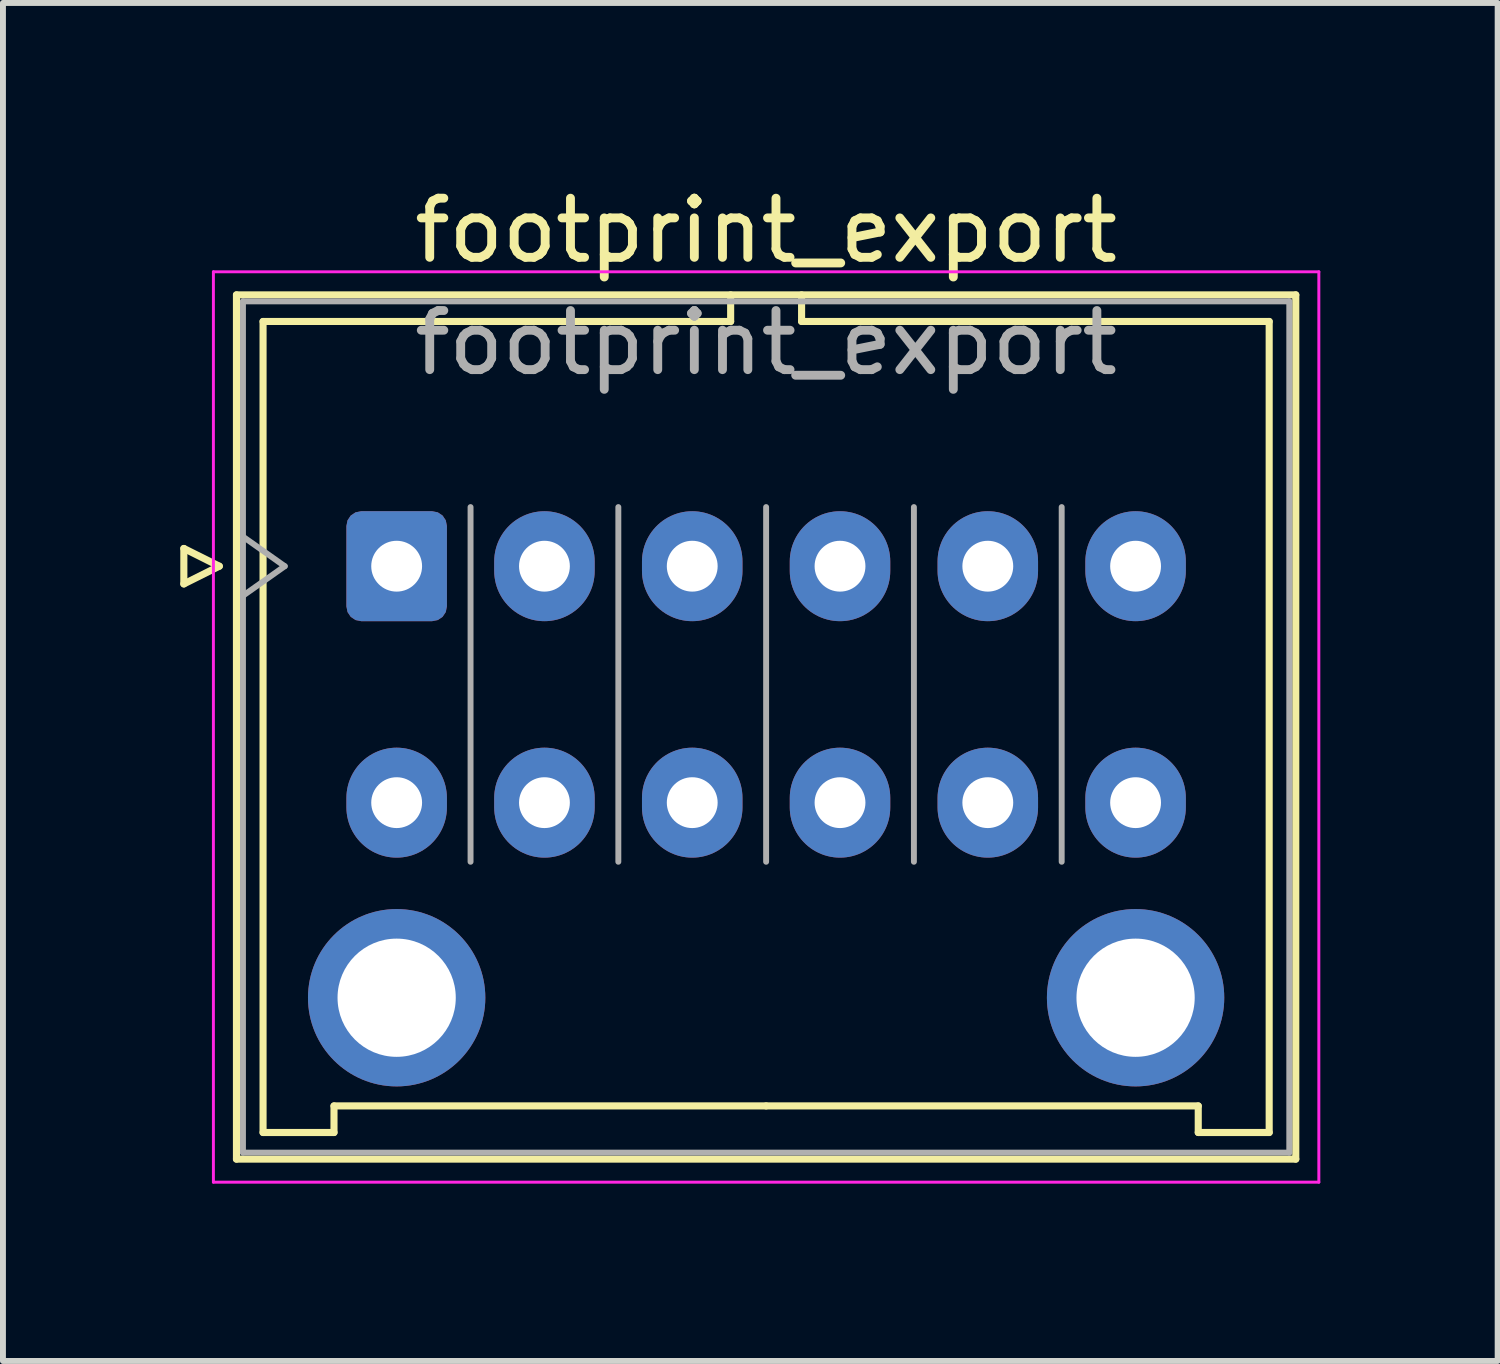
<source format=kicad_pcb>
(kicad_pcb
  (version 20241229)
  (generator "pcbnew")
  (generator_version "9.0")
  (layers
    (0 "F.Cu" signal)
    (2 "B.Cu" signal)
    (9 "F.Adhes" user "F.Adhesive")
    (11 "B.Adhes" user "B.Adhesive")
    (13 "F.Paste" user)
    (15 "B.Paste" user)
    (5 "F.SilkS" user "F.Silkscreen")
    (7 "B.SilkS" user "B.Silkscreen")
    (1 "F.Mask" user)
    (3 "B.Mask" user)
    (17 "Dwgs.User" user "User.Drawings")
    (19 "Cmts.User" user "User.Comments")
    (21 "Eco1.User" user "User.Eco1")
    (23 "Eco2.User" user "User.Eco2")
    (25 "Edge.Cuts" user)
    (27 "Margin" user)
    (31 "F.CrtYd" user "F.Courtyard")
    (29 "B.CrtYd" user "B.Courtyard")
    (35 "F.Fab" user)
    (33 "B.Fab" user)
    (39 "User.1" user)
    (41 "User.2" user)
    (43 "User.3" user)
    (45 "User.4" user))
  (footprint "footprint_export"
    (layer "F.Cu")
    (at 3.66 6.528)
    (property "Reference" "footprint_export" (at 6.25 -5.68 0) (layer "F.SilkS") (effects (font (size 1 1) (thickness 0.15))))
    (attr through_hole)
    (fp_line (start -3.6 -0.3) (end -3 0) (stroke (width 0.12) (type solid)) (layer "F.SilkS"))
    (fp_line (start -3.6 0.3) (end -3.6 -0.3) (stroke (width 0.12) (type solid)) (layer "F.SilkS"))
    (fp_line (start -3 0) (end -3.6 0.3) (stroke (width 0.12) (type solid)) (layer "F.SilkS"))
    (fp_line (start -2.71 -4.59) (end -2.71 10.03) (stroke (width 0.12) (type solid)) (layer "F.SilkS"))
    (fp_line (start -2.71 10.03) (end 15.21 10.03) (stroke (width 0.12) (type solid)) (layer "F.SilkS"))
    (fp_line (start -2.26 -4.14) (end -2.26 9.58) (stroke (width 0.12) (type solid)) (layer "F.SilkS"))
    (fp_line (start -2.26 9.58) (end -1.06 9.58) (stroke (width 0.12) (type solid)) (layer "F.SilkS"))
    (fp_line (start -1.06 9.13) (end 6.25 9.13) (stroke (width 0.12) (type solid)) (layer "F.SilkS"))
    (fp_line (start -1.06 9.58) (end -1.06 9.13) (stroke (width 0.12) (type solid)) (layer "F.SilkS"))
    (fp_line (start 5.65 -4.59) (end 5.65 -4.14) (stroke (width 0.12) (type solid)) (layer "F.SilkS"))
    (fp_line (start 5.65 -4.14) (end -2.26 -4.14) (stroke (width 0.12) (type solid)) (layer "F.SilkS"))
    (fp_line (start 6.85 -4.59) (end 6.85 -4.14) (stroke (width 0.12) (type solid)) (layer "F.SilkS"))
    (fp_line (start 6.85 -4.14) (end 14.76 -4.14) (stroke (width 0.12) (type solid)) (layer "F.SilkS"))
    (fp_line (start 13.56 9.13) (end 6.25 9.13) (stroke (width 0.12) (type solid)) (layer "F.SilkS"))
    (fp_line (start 13.56 9.58) (end 13.56 9.13) (stroke (width 0.12) (type solid)) (layer "F.SilkS"))
    (fp_line (start 14.76 -4.14) (end 14.76 9.58) (stroke (width 0.12) (type solid)) (layer "F.SilkS"))
    (fp_line (start 14.76 9.58) (end 13.56 9.58) (stroke (width 0.12) (type solid)) (layer "F.SilkS"))
    (fp_line (start 15.21 -4.59) (end -2.71 -4.59) (stroke (width 0.12) (type solid)) (layer "F.SilkS"))
    (fp_line (start 15.21 10.03) (end 15.21 -4.59) (stroke (width 0.12) (type solid)) (layer "F.SilkS"))
    (fp_line (start -3.1 -4.98) (end -3.1 10.42) (stroke (width 0.05) (type solid)) (layer "F.CrtYd"))
    (fp_line (start -3.1 10.42) (end 15.6 10.42) (stroke (width 0.05) (type solid)) (layer "F.CrtYd"))
    (fp_line (start 15.6 -4.98) (end -3.1 -4.98) (stroke (width 0.05) (type solid)) (layer "F.CrtYd"))
    (fp_line (start 15.6 10.42) (end 15.6 -4.98) (stroke (width 0.05) (type solid)) (layer "F.CrtYd"))
    (fp_line (start -2.6 -4.48) (end -2.6 9.92) (stroke (width 0.1) (type solid)) (layer "F.Fab"))
    (fp_line (start -2.6 0.5) (end -1.893 0) (stroke (width 0.1) (type solid)) (layer "F.Fab"))
    (fp_line (start -2.6 9.92) (end 15.1 9.92) (stroke (width 0.1) (type solid)) (layer "F.Fab"))
    (fp_line (start -1.893 0) (end -2.6 -0.5) (stroke (width 0.1) (type solid)) (layer "F.Fab"))
    (fp_line (start 1.25 5) (end 1.25 -1) (stroke (width 0.1) (type solid)) (layer "F.Fab"))
    (fp_line (start 3.75 5) (end 3.75 -1) (stroke (width 0.1) (type solid)) (layer "F.Fab"))
    (fp_line (start 6.25 5) (end 6.25 -1) (stroke (width 0.1) (type solid)) (layer "F.Fab"))
    (fp_line (start 8.75 5) (end 8.75 -1) (stroke (width 0.1) (type solid)) (layer "F.Fab"))
    (fp_line (start 11.25 5) (end 11.25 -1) (stroke (width 0.1) (type solid)) (layer "F.Fab"))
    (fp_line (start 15.1 -4.48) (end -2.6 -4.48) (stroke (width 0.1) (type solid)) (layer "F.Fab"))
    (fp_line (start 15.1 9.92) (end 15.1 -4.48) (stroke (width 0.1) (type solid)) (layer "F.Fab"))
    (fp_text user "${REFERENCE}" (at 6.25 -3.78 0) (layer "F.Fab") (effects (font (size 1 1) (thickness 0.15))))
    (pad "" thru_hole circle (at 0 7.3) (size 3 3) (drill 2) (layers "*.Cu" "*.Mask"))
    (pad "" thru_hole circle (at 12.5 7.3) (size 3 3) (drill 2) (layers "*.Cu" "*.Mask"))
    (pad "1" thru_hole roundrect (at 0 0) (size 1.7 1.86) (drill 0.86) (layers "*.Cu" "*.Mask") (roundrect_rratio 0.147))
    (pad "2" thru_hole oval (at 2.5 0) (size 1.7 1.86) (drill 0.86) (layers "*.Cu" "*.Mask"))
    (pad "3" thru_hole oval (at 5 0) (size 1.7 1.86) (drill 0.86) (layers "*.Cu" "*.Mask"))
    (pad "4" thru_hole oval (at 7.5 0) (size 1.7 1.86) (drill 0.86) (layers "*.Cu" "*.Mask"))
    (pad "5" thru_hole oval (at 10 0) (size 1.7 1.86) (drill 0.86) (layers "*.Cu" "*.Mask"))
    (pad "6" thru_hole oval (at 12.5 0) (size 1.7 1.86) (drill 0.86) (layers "*.Cu" "*.Mask"))
    (pad "7" thru_hole oval (at 0 4) (size 1.7 1.86) (drill 0.86) (layers "*.Cu" "*.Mask"))
    (pad "8" thru_hole oval (at 2.5 4) (size 1.7 1.86) (drill 0.86) (layers "*.Cu" "*.Mask"))
    (pad "9" thru_hole oval (at 5 4) (size 1.7 1.86) (drill 0.86) (layers "*.Cu" "*.Mask"))
    (pad "10" thru_hole oval (at 7.5 4) (size 1.7 1.86) (drill 0.86) (layers "*.Cu" "*.Mask"))
    (pad "11" thru_hole oval (at 10 4) (size 1.7 1.86) (drill 0.86) (layers "*.Cu" "*.Mask"))
    (pad "12" thru_hole oval (at 12.5 4) (size 1.7 1.86) (drill 0.86) (layers "*.Cu" "*.Mask")))
  (gr_rect
    (start -3 -3)
    (end 22.285 19.973)
    (stroke (width 0.1) (type default))
    (fill no)
    (layer "Edge.Cuts")))
</source>
